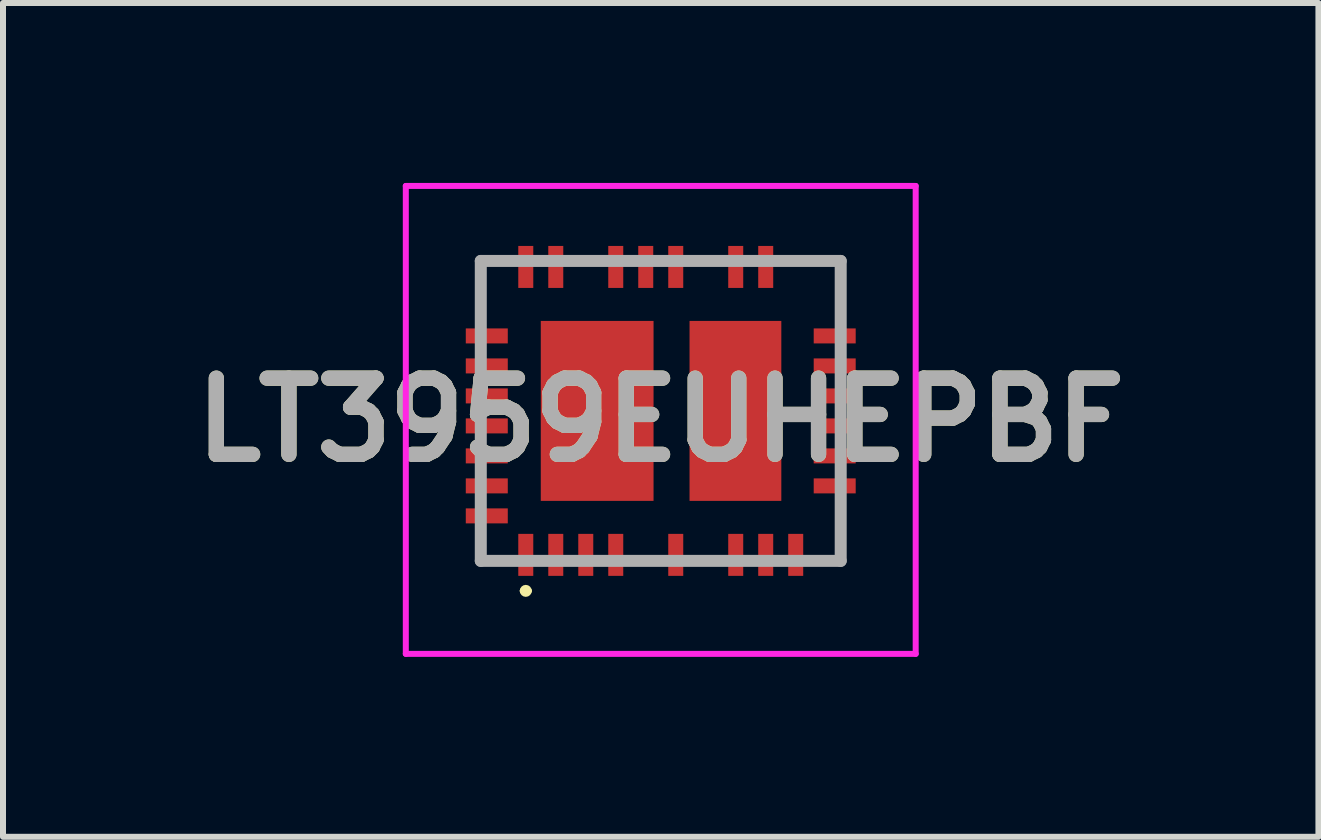
<source format=kicad_pcb>
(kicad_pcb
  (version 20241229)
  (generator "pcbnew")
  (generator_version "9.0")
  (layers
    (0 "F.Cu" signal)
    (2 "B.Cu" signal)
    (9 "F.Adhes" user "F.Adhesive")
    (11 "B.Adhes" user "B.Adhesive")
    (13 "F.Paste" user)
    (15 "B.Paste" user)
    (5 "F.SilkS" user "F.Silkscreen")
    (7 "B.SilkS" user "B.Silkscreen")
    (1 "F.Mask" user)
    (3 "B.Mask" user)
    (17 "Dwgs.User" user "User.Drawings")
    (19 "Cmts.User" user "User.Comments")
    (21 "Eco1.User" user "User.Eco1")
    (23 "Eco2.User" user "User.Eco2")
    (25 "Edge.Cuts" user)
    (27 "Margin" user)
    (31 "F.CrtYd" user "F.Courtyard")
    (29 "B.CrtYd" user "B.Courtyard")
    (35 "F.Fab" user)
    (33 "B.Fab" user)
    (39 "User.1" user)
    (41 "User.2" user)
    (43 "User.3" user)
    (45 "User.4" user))
  (footprint "LT3959EUHEPBF"
    (layer "F.Cu")
    (at 7.965 3.8)
    (property "Reference" "LT3959EUHEPBF" (at 0 0.15 0) (layer "F.SilkS") (effects (font (size 1.27 1.27) (thickness 0.254))))
    (attr smd)
    (fp_line (start -3 -2.5) (end -3 -1.5) (stroke (width 0.1) (type solid)) (layer "F.SilkS"))
    (fp_line (start -3 2) (end -3 2.5) (stroke (width 0.1) (type solid)) (layer "F.SilkS"))
    (fp_line (start -3 2.5) (end -2.5 2.5) (stroke (width 0.1) (type solid)) (layer "F.SilkS"))
    (fp_line (start -2.5 -2.5) (end -3 -2.5) (stroke (width 0.1) (type solid)) (layer "F.SilkS"))
    (fp_line (start -2.3 3) (end -2.3 3) (stroke (width 0.1) (type solid)) (layer "F.SilkS"))
    (fp_line (start -2.2 3) (end -2.2 3) (stroke (width 0.1) (type solid)) (layer "F.SilkS"))
    (fp_line (start 2 -2.5) (end 3 -2.5) (stroke (width 0.1) (type solid)) (layer "F.SilkS"))
    (fp_line (start 2.5 2.5) (end 3 2.5) (stroke (width 0.1) (type solid)) (layer "F.SilkS"))
    (fp_line (start 3 -2.5) (end 3 -1.5) (stroke (width 0.1) (type solid)) (layer "F.SilkS"))
    (fp_line (start 3 2.5) (end 3 1.5) (stroke (width 0.1) (type solid)) (layer "F.SilkS"))
    (fp_arc (start -2.3 3) (mid -2.25 2.95) (end -2.2 3) (stroke (width 0.1) (type solid)) (layer "F.SilkS"))
    (fp_arc (start -2.2 3) (mid -2.25 3.05) (end -2.3 3) (stroke (width 0.1) (type solid)) (layer "F.SilkS"))
    (fp_line (start -4.25 -3.75) (end 4.25 -3.75) (stroke (width 0.1) (type solid)) (layer "F.CrtYd"))
    (fp_line (start -4.25 4.05) (end -4.25 -3.75) (stroke (width 0.1) (type solid)) (layer "F.CrtYd"))
    (fp_line (start 4.25 -3.75) (end 4.25 4.05) (stroke (width 0.1) (type solid)) (layer "F.CrtYd"))
    (fp_line (start 4.25 4.05) (end -4.25 4.05) (stroke (width 0.1) (type solid)) (layer "F.CrtYd"))
    (fp_line (start -3 -2.5) (end 3 -2.5) (stroke (width 0.2) (type solid)) (layer "F.Fab"))
    (fp_line (start -3 2.5) (end -3 -2.5) (stroke (width 0.2) (type solid)) (layer "F.Fab"))
    (fp_line (start 3 -2.5) (end 3 2.5) (stroke (width 0.2) (type solid)) (layer "F.Fab"))
    (fp_line (start 3 2.5) (end -3 2.5) (stroke (width 0.2) (type solid)) (layer "F.Fab"))
    (fp_text user "${REFERENCE}" (at 0 0.15 0) (layer "F.Fab") (effects (font (size 1.27 1.27) (thickness 0.254))))
    (pad "1" smd rect (at -2.25 2.4) (size 0.25 0.7) (layers "F.Cu" "F.Mask" "F.Paste"))
    (pad "2" smd rect (at -1.75 2.4) (size 0.25 0.7) (layers "F.Cu" "F.Mask" "F.Paste"))
    (pad "3" smd rect (at -1.25 2.4) (size 0.25 0.7) (layers "F.Cu" "F.Mask" "F.Paste"))
    (pad "4" smd rect (at -0.75 2.4) (size 0.25 0.7) (layers "F.Cu" "F.Mask" "F.Paste"))
    (pad "6" smd rect (at 0.25 2.4) (size 0.25 0.7) (layers "F.Cu" "F.Mask" "F.Paste"))
    (pad "8" smd rect (at 1.25 2.4) (size 0.25 0.7) (layers "F.Cu" "F.Mask" "F.Paste"))
    (pad "9" smd rect (at 1.75 2.4) (size 0.25 0.7) (layers "F.Cu" "F.Mask" "F.Paste"))
    (pad "10" smd rect (at 2.25 2.4) (size 0.25 0.7) (layers "F.Cu" "F.Mask" "F.Paste"))
    (pad "12" smd rect (at 2.9 1.25 90) (size 0.25 0.7) (layers "F.Cu" "F.Mask" "F.Paste"))
    (pad "13" smd rect (at 2.9 0.75 90) (size 0.25 0.7) (layers "F.Cu" "F.Mask" "F.Paste"))
    (pad "14" smd rect (at 2.9 0.25 90) (size 0.25 0.7) (layers "F.Cu" "F.Mask" "F.Paste"))
    (pad "15" smd rect (at 2.9 -0.25 90) (size 0.25 0.7) (layers "F.Cu" "F.Mask" "F.Paste"))
    (pad "16" smd rect (at 2.9 -0.75 90) (size 0.25 0.7) (layers "F.Cu" "F.Mask" "F.Paste"))
    (pad "17" smd rect (at 2.9 -1.25 90) (size 0.25 0.7) (layers "F.Cu" "F.Mask" "F.Paste"))
    (pad "20" smd rect (at 1.75 -2.4) (size 0.25 0.7) (layers "F.Cu" "F.Mask" "F.Paste"))
    (pad "21" smd rect (at 1.25 -2.4) (size 0.25 0.7) (layers "F.Cu" "F.Mask" "F.Paste"))
    (pad "23" smd rect (at 0.25 -2.4) (size 0.25 0.7) (layers "F.Cu" "F.Mask" "F.Paste"))
    (pad "24" smd rect (at -0.25 -2.4) (size 0.25 0.7) (layers "F.Cu" "F.Mask" "F.Paste"))
    (pad "25" smd rect (at -0.75 -2.4) (size 0.25 0.7) (layers "F.Cu" "F.Mask" "F.Paste"))
    (pad "27" smd rect (at -1.75 -2.4) (size 0.25 0.7) (layers "F.Cu" "F.Mask" "F.Paste"))
    (pad "28" smd rect (at -2.25 -2.4) (size 0.25 0.7) (layers "F.Cu" "F.Mask" "F.Paste"))
    (pad "30" smd rect (at -2.9 -1.25 90) (size 0.25 0.7) (layers "F.Cu" "F.Mask" "F.Paste"))
    (pad "31" smd rect (at -2.9 -0.75 90) (size 0.25 0.7) (layers "F.Cu" "F.Mask" "F.Paste"))
    (pad "32" smd rect (at -2.9 -0.25 90) (size 0.25 0.7) (layers "F.Cu" "F.Mask" "F.Paste"))
    (pad "33" smd rect (at -2.9 0.25 90) (size 0.25 0.7) (layers "F.Cu" "F.Mask" "F.Paste"))
    (pad "34" smd rect (at -2.9 0.75 90) (size 0.25 0.7) (layers "F.Cu" "F.Mask" "F.Paste"))
    (pad "35" smd rect (at -2.9 1.25 90) (size 0.25 0.7) (layers "F.Cu" "F.Mask" "F.Paste"))
    (pad "36" smd rect (at -2.9 1.75 90) (size 0.25 0.7) (layers "F.Cu" "F.Mask" "F.Paste"))
    (pad "37" smd rect (at -1.06 0) (size 1.88 3) (layers "F.Cu" "F.Mask" "F.Paste"))
    (pad "38" smd rect (at 1.245 0) (size 1.53 3) (layers "F.Cu" "F.Mask" "F.Paste")))
  (gr_rect
    (start -3 -3)
    (end 18.929 10.9)
    (stroke (width 0.1) (type default))
    (fill no)
    (layer "Edge.Cuts")))
</source>
